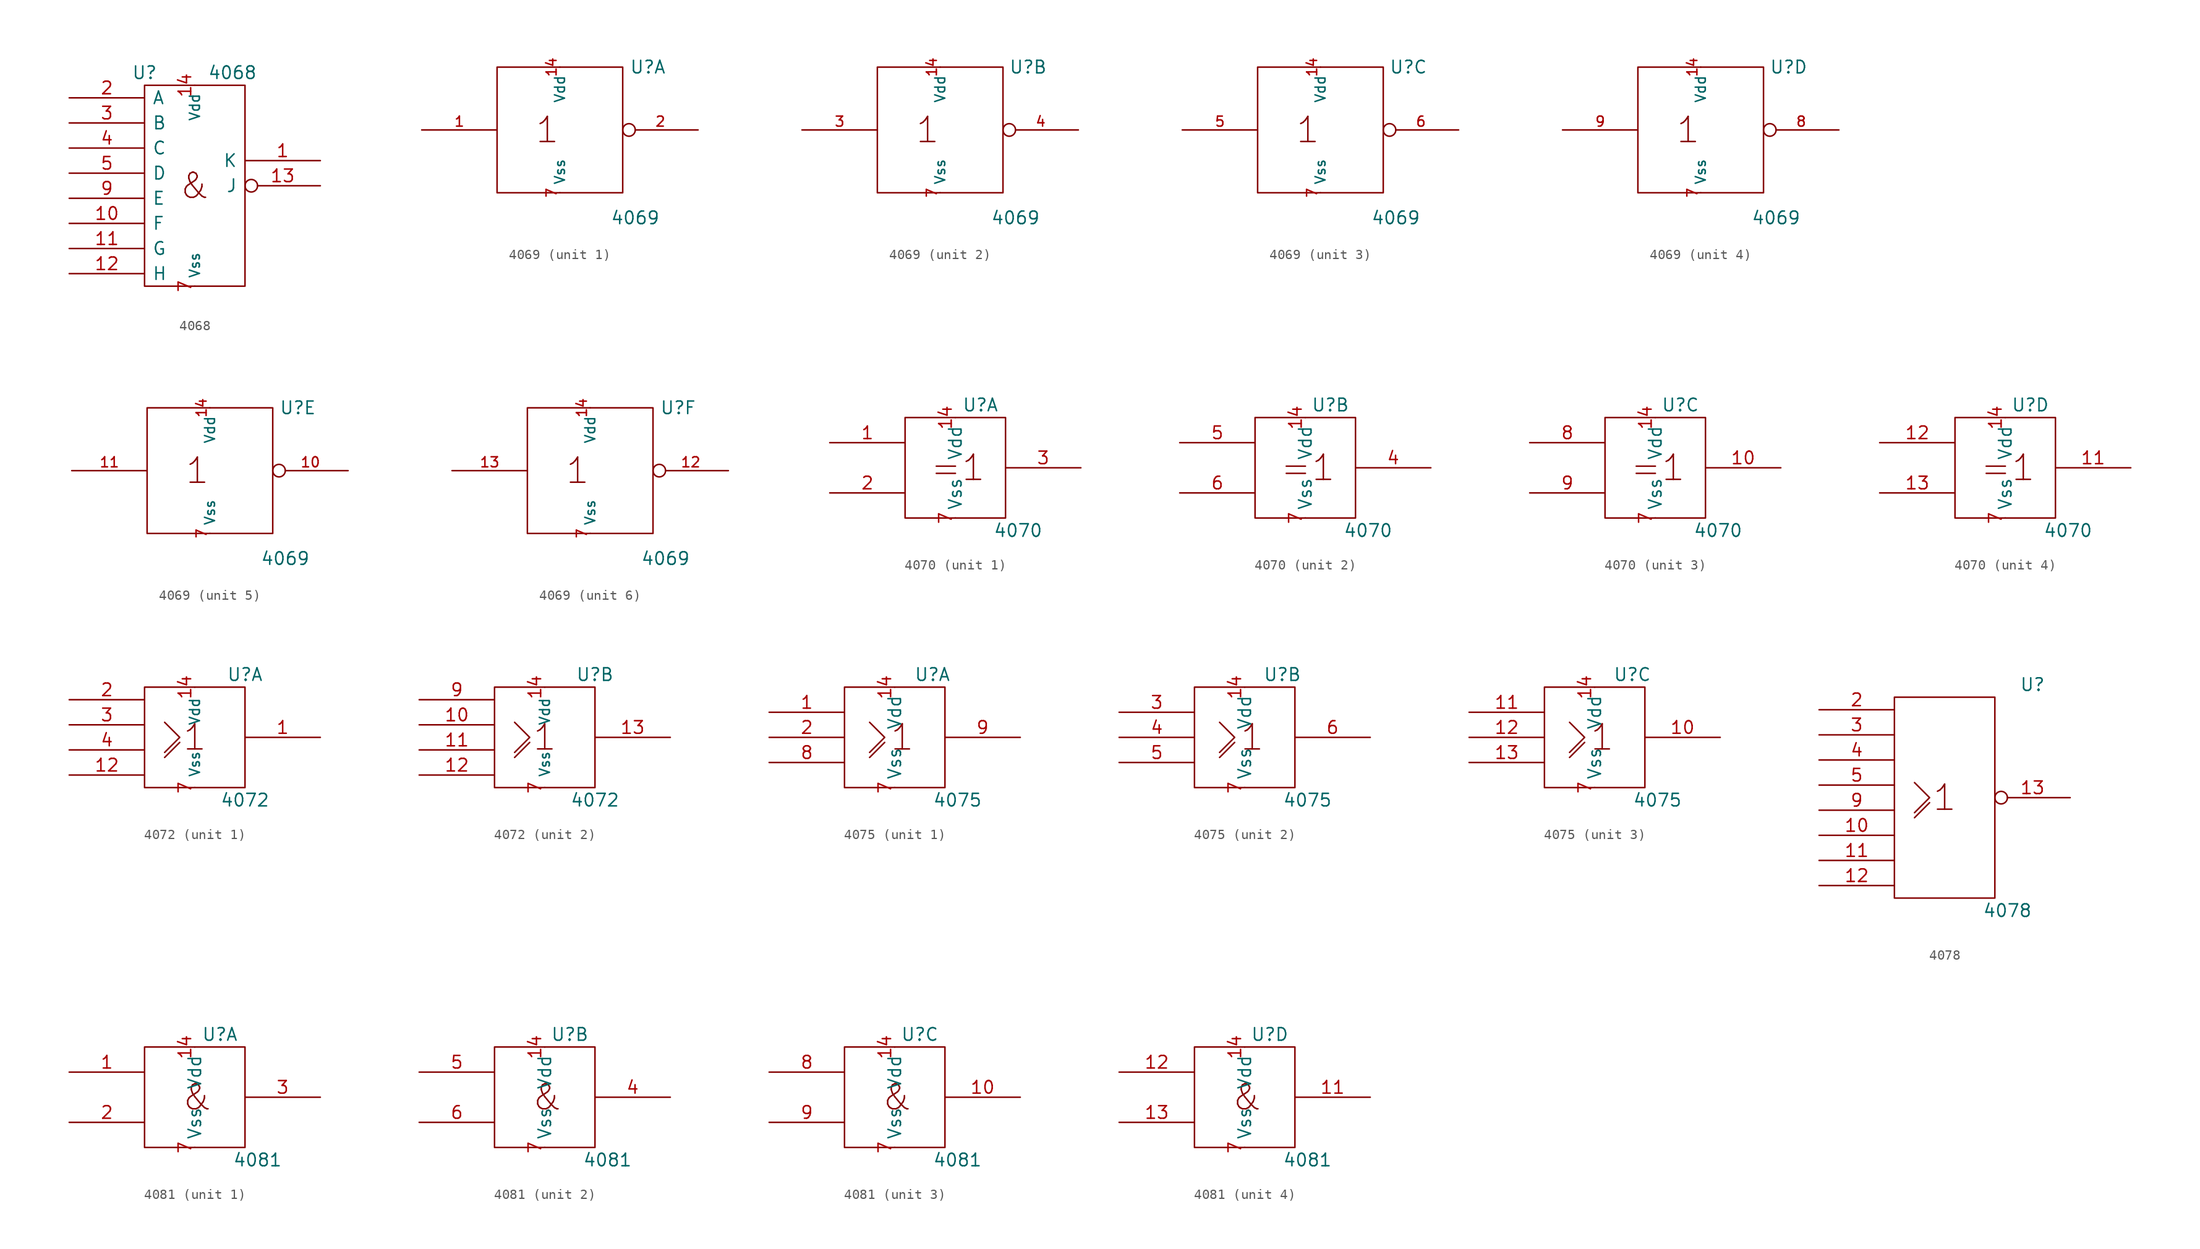
<source format=kicad_sym>
(kicad_symbol_lib
  (version 20211014)
  (generator kicad_symbol_editor)
  (symbol "4068"
    (pin_names
      (offset 0.762))
    (property "Reference" "U"
      (at -5.08 11.43 0)
      (effects (font (size 1.27 1.27))))
    (property "Value" "4068"
      (at 3.81 11.43 0)
      (effects (font (size 1.27 1.27))))
    (symbol "4068_0_0"
      (rectangle (start -5.08 10.16) (end 5.08 -10.16) (stroke (width 0) (type default) (color 0 0 0 0)) (fill (type none)))
      (text "&" (at 0 0 0) (effects (font (size 2.54 2.54)))))
    (symbol "4068_0_1"
      (pin power_in line (at 0 10.16 270) (length 0) (name "Vdd" (effects (font (size 1.016 1.016)))) (number "14" (effects (font (size 1.27 1.27)))))
      (pin power_in line (at 0 -10.16 90) (length 0) (name "Vss" (effects (font (size 1.016 1.016)))) (number "7" (effects (font (size 1.27 1.27))))))
    (symbol "4068_1_1"
      (pin output line (at 12.7 2.54 180) (length 7.62) (name "K" (effects (font (size 1.27 1.27)))) (number "1" (effects (font (size 1.27 1.27)))))
      (pin input line (at -12.7 -3.81 0) (length 7.62) (name "F" (effects (font (size 1.27 1.27)))) (number "10" (effects (font (size 1.27 1.27)))))
      (pin input line (at -12.7 -6.35 0) (length 7.62) (name "G" (effects (font (size 1.27 1.27)))) (number "11" (effects (font (size 1.27 1.27)))))
      (pin input line (at -12.7 -8.89 0) (length 7.62) (name "H" (effects (font (size 1.27 1.27)))) (number "12" (effects (font (size 1.27 1.27)))))
      (pin output inverted (at 12.7 0 180) (length 7.62) (name "J" (effects (font (size 1.27 1.27)))) (number "13" (effects (font (size 1.27 1.27)))))
      (pin input line (at -12.7 8.89 0) (length 7.62) (name "A" (effects (font (size 1.27 1.27)))) (number "2" (effects (font (size 1.27 1.27)))))
      (pin input line (at -12.7 6.35 0) (length 7.62) (name "B" (effects (font (size 1.27 1.27)))) (number "3" (effects (font (size 1.27 1.27)))))
      (pin input line (at -12.7 3.81 0) (length 7.62) (name "C" (effects (font (size 1.27 1.27)))) (number "4" (effects (font (size 1.27 1.27)))))
      (pin input line (at -12.7 1.27 0) (length 7.62) (name "D" (effects (font (size 1.27 1.27)))) (number "5" (effects (font (size 1.27 1.27)))))
      (pin input line (at -12.7 -1.27 0) (length 7.62) (name "E" (effects (font (size 1.27 1.27)))) (number "9" (effects (font (size 1.27 1.27)))))))
  (symbol "4069"
    (pin_names
      (offset 0.762))
    (property "Reference" "U"
      (at 8.89 6.35 0)
      (effects (font (size 1.27 1.27))))
    (property "Value" "4069"
      (at 7.62 -8.89 0)
      (effects (font (size 1.27 1.27))))
    (symbol "4069_0_0"
      (text "1" (at -1.27 0 0) (effects (font (size 2.54 2.54))))
      (pin power_in line (at 0 6.35 270) (length 0) (name "Vdd" (effects (font (size 1.016 1.016)))) (number "14" (effects (font (size 1.016 1.016)))))
      (pin power_in line (at 0 -6.35 90) (length 0) (name "Vss" (effects (font (size 1.016 1.016)))) (number "7" (effects (font (size 1.016 1.016))))))
    (symbol "4069_0_1"
      (rectangle (start -6.35 6.35) (end 6.35 -6.35) (stroke (width 0) (type default) (color 0 0 0 0)) (fill (type none))))
    (symbol "4069_1_1"
      (pin input line (at -13.97 0 0) (length 7.62) (name "~" (effects (font (size 1.016 1.016)))) (number "1" (effects (font (size 1.016 1.016)))))
      (pin output inverted (at 13.97 0 180) (length 7.62) (name "~" (effects (font (size 1.016 1.016)))) (number "2" (effects (font (size 1.016 1.016))))))
    (symbol "4069_2_1"
      (pin input line (at -13.97 0 0) (length 7.62) (name "~" (effects (font (size 1.016 1.016)))) (number "3" (effects (font (size 1.016 1.016)))))
      (pin output inverted (at 13.97 0 180) (length 7.62) (name "~" (effects (font (size 1.016 1.016)))) (number "4" (effects (font (size 1.016 1.016))))))
    (symbol "4069_3_1"
      (pin input line (at -13.97 0 0) (length 7.62) (name "~" (effects (font (size 1.016 1.016)))) (number "5" (effects (font (size 1.016 1.016)))))
      (pin output inverted (at 13.97 0 180) (length 7.62) (name "~" (effects (font (size 1.016 1.016)))) (number "6" (effects (font (size 1.016 1.016))))))
    (symbol "4069_4_1"
      (pin output inverted (at 13.97 0 180) (length 7.62) (name "~" (effects (font (size 1.016 1.016)))) (number "8" (effects (font (size 1.016 1.016)))))
      (pin input line (at -13.97 0 0) (length 7.62) (name "~" (effects (font (size 1.016 1.016)))) (number "9" (effects (font (size 1.016 1.016))))))
    (symbol "4069_5_1"
      (pin output inverted (at 13.97 0 180) (length 7.62) (name "~" (effects (font (size 1.016 1.016)))) (number "10" (effects (font (size 1.016 1.016)))))
      (pin input line (at -13.97 0 0) (length 7.62) (name "~" (effects (font (size 1.016 1.016)))) (number "11" (effects (font (size 1.016 1.016))))))
    (symbol "4069_6_1"
      (pin output inverted (at 13.97 0 180) (length 7.62) (name "~" (effects (font (size 1.016 1.016)))) (number "12" (effects (font (size 1.016 1.016)))))
      (pin input line (at -13.97 0 0) (length 7.62) (name "~" (effects (font (size 1.016 1.016)))) (number "13" (effects (font (size 1.016 1.016)))))))
  (symbol "4070"
    (pin_names
      (offset 0.762))
    (property "Reference" "U"
      (at 2.54 6.35 0)
      (effects (font (size 1.27 1.27))))
    (property "Value" "4070"
      (at 6.35 -6.35 0)
      (effects (font (size 1.27 1.27))))
    (symbol "4070_0_0"
      (rectangle (start -5.08 5.08) (end 5.08 -5.08) (stroke (width 0) (type default) (color 0 0 0 0)) (fill (type none)))
      (text "=1" (at 0.254 0 0) (effects (font (size 2.54 2.54))))
      (pin power_in line (at 0 5.08 270) (length 0) (name "Vdd" (effects (font (size 1.27 1.27)))) (number "14" (effects (font (size 1.27 1.27)))))
      (pin power_in line (at 0 -5.08 90) (length 0) (name "Vss" (effects (font (size 1.27 1.27)))) (number "7" (effects (font (size 1.27 1.27))))))
    (symbol "4070_1_1"
      (pin input line (at -12.7 2.54 0) (length 7.62) (name "~" (effects (font (size 1.27 1.27)))) (number "1" (effects (font (size 1.27 1.27)))))
      (pin input line (at -12.7 -2.54 0) (length 7.62) (name "~" (effects (font (size 1.27 1.27)))) (number "2" (effects (font (size 1.27 1.27)))))
      (pin output line (at 12.7 0 180) (length 7.62) (name "~" (effects (font (size 1.27 1.27)))) (number "3" (effects (font (size 1.27 1.27))))))
    (symbol "4070_2_1"
      (pin output line (at 12.7 0 180) (length 7.62) (name "~" (effects (font (size 1.27 1.27)))) (number "4" (effects (font (size 1.27 1.27)))))
      (pin input line (at -12.7 2.54 0) (length 7.62) (name "~" (effects (font (size 1.27 1.27)))) (number "5" (effects (font (size 1.27 1.27)))))
      (pin input line (at -12.7 -2.54 0) (length 7.62) (name "~" (effects (font (size 1.27 1.27)))) (number "6" (effects (font (size 1.27 1.27))))))
    (symbol "4070_3_1"
      (pin output line (at 12.7 0 180) (length 7.62) (name "~" (effects (font (size 1.27 1.27)))) (number "10" (effects (font (size 1.27 1.27)))))
      (pin input line (at -12.7 2.54 0) (length 7.62) (name "~" (effects (font (size 1.27 1.27)))) (number "8" (effects (font (size 1.27 1.27)))))
      (pin input line (at -12.7 -2.54 0) (length 7.62) (name "~" (effects (font (size 1.27 1.27)))) (number "9" (effects (font (size 1.27 1.27))))))
    (symbol "4070_4_1"
      (pin output line (at 12.7 0 180) (length 7.62) (name "~" (effects (font (size 1.27 1.27)))) (number "11" (effects (font (size 1.27 1.27)))))
      (pin input line (at -12.7 2.54 0) (length 7.62) (name "~" (effects (font (size 1.27 1.27)))) (number "12" (effects (font (size 1.27 1.27)))))
      (pin input line (at -12.7 -2.54 0) (length 7.62) (name "~" (effects (font (size 1.27 1.27)))) (number "13" (effects (font (size 1.27 1.27)))))))
  (symbol "4072"
    (pin_names
      (offset 1.016))
    (property "Reference" "U"
      (at 5.08 6.35 0)
      (effects (font (size 1.27 1.27))))
    (property "Value" "4072"
      (at 5.08 -6.35 0)
      (effects (font (size 1.27 1.27))))
    (symbol "4072_0_0"
      (polyline (pts (xy -3.048 -2.032) (xy -1.524 -0.508) (xy -1.524 -0.508)) (stroke (width 0) (type default) (color 0 0 0 0)) (fill (type none)))
      (polyline (pts (xy -3.048 1.524) (xy -1.524 0) (xy -3.048 -1.524) (xy -3.048 -1.524)) (stroke (width 0) (type default) (color 0 0 0 0)) (fill (type none)))
      (text "1" (at 0 0 0) (effects (font (size 2.54 2.54)))))
    (symbol "4072_0_1"
      (rectangle (start -5.08 5.08) (end 5.08 -5.08) (stroke (width 0) (type default) (color 0 0 0 0)) (fill (type none)))
      (pin power_in line (at 0 5.08 270) (length 0) (name "Vdd" (effects (font (size 1.016 1.016)))) (number "14" (effects (font (size 1.27 1.27)))))
      (pin power_in line (at 0 -5.08 90) (length 0) (name "Vss" (effects (font (size 1.016 1.016)))) (number "7" (effects (font (size 1.27 1.27))))))
    (symbol "4072_1_1"
      (pin output line (at 12.7 0 180) (length 7.62) (name "~" (effects (font (size 1.27 1.27)))) (number "1" (effects (font (size 1.27 1.27)))))
      (pin power_in line (at -12.7 -3.81 0) (length 7.62) (name "~" (effects (font (size 1.016 1.016)))) (number "12" (effects (font (size 1.27 1.27)))))
      (pin input line (at -12.7 3.81 0) (length 7.62) (name "~" (effects (font (size 1.27 1.27)))) (number "2" (effects (font (size 1.27 1.27)))))
      (pin input line (at -12.7 1.27 0) (length 7.62) (name "~" (effects (font (size 1.27 1.27)))) (number "3" (effects (font (size 1.27 1.27)))))
      (pin input line (at -12.7 -1.27 0) (length 7.62) (name "~" (effects (font (size 1.27 1.27)))) (number "4" (effects (font (size 1.27 1.27))))))
    (symbol "4072_2_1"
      (pin input line (at -12.7 1.27 0) (length 7.62) (name "~" (effects (font (size 1.27 1.27)))) (number "10" (effects (font (size 1.27 1.27)))))
      (pin input line (at -12.7 -1.27 0) (length 7.62) (name "~" (effects (font (size 1.27 1.27)))) (number "11" (effects (font (size 1.27 1.27)))))
      (pin power_in line (at -12.7 -3.81 0) (length 7.62) (name "~" (effects (font (size 1.016 1.016)))) (number "12" (effects (font (size 1.27 1.27)))))
      (pin output line (at 12.7 0 180) (length 7.62) (name "~" (effects (font (size 1.27 1.27)))) (number "13" (effects (font (size 1.27 1.27)))))
      (pin input line (at -12.7 3.81 0) (length 7.62) (name "~" (effects (font (size 1.27 1.27)))) (number "9" (effects (font (size 1.27 1.27)))))))
  (symbol "4075"
    (pin_names
      (offset 0.762))
    (property "Reference" "U"
      (at 3.81 6.35 0)
      (effects (font (size 1.27 1.27))))
    (property "Value" "4075"
      (at 6.35 -6.35 0)
      (effects (font (size 1.27 1.27))))
    (symbol "4075_0_0"
      (rectangle (start -5.08 5.08) (end 5.08 -5.08) (stroke (width 0) (type default) (color 0 0 0 0)) (fill (type none)))
      (polyline (pts (xy -2.54 -2.032) (xy -1.016 -0.508) (xy -1.016 -0.508)) (stroke (width 0) (type default) (color 0 0 0 0)) (fill (type none)))
      (polyline (pts (xy -2.54 1.524) (xy -1.016 0) (xy -2.54 -1.524) (xy -2.54 -1.524)) (stroke (width 0) (type default) (color 0 0 0 0)) (fill (type none)))
      (text "1" (at 0.762 0 0) (effects (font (size 2.54 2.54))))
      (pin power_in line (at 0 5.08 270) (length 0) (name "Vdd" (effects (font (size 1.27 1.27)))) (number "14" (effects (font (size 1.27 1.27)))))
      (pin power_in line (at 0 -5.08 90) (length 0) (name "Vss" (effects (font (size 1.27 1.27)))) (number "7" (effects (font (size 1.27 1.27))))))
    (symbol "4075_1_1"
      (pin input line (at -12.7 2.54 0) (length 7.62) (name "~" (effects (font (size 1.27 1.27)))) (number "1" (effects (font (size 1.27 1.27)))))
      (pin input line (at -12.7 0 0) (length 7.62) (name "~" (effects (font (size 1.27 1.27)))) (number "2" (effects (font (size 1.27 1.27)))))
      (pin input line (at -12.7 -2.54 0) (length 7.62) (name "~" (effects (font (size 1.27 1.27)))) (number "8" (effects (font (size 1.27 1.27)))))
      (pin output line (at 12.7 0 180) (length 7.62) (name "~" (effects (font (size 1.27 1.27)))) (number "9" (effects (font (size 1.27 1.27))))))
    (symbol "4075_2_1"
      (pin input line (at -12.7 2.54 0) (length 7.62) (name "~" (effects (font (size 1.27 1.27)))) (number "3" (effects (font (size 1.27 1.27)))))
      (pin input line (at -12.7 0 0) (length 7.62) (name "~" (effects (font (size 1.27 1.27)))) (number "4" (effects (font (size 1.27 1.27)))))
      (pin input line (at -12.7 -2.54 0) (length 7.62) (name "~" (effects (font (size 1.27 1.27)))) (number "5" (effects (font (size 1.27 1.27)))))
      (pin output line (at 12.7 0 180) (length 7.62) (name "~" (effects (font (size 1.27 1.27)))) (number "6" (effects (font (size 1.27 1.27))))))
    (symbol "4075_3_1"
      (pin output line (at 12.7 0 180) (length 7.62) (name "~" (effects (font (size 1.27 1.27)))) (number "10" (effects (font (size 1.27 1.27)))))
      (pin input line (at -12.7 2.54 0) (length 7.62) (name "~" (effects (font (size 1.27 1.27)))) (number "11" (effects (font (size 1.27 1.27)))))
      (pin input line (at -12.7 0 0) (length 7.62) (name "~" (effects (font (size 1.27 1.27)))) (number "12" (effects (font (size 1.27 1.27)))))
      (pin input line (at -12.7 -2.54 0) (length 7.62) (name "~" (effects (font (size 1.27 1.27)))) (number "13" (effects (font (size 1.27 1.27)))))))
  (symbol "4078"
    (pin_names
      (offset 0.762))
    (property "Reference" "U"
      (at 8.89 11.43 0)
      (effects (font (size 1.27 1.27))))
    (property "Value" "4078"
      (at 6.35 -11.43 0)
      (effects (font (size 1.27 1.27))))
    (symbol "4078_0_0"
      (rectangle (start -5.08 10.16) (end 5.08 -10.16) (stroke (width 0) (type default) (color 0 0 0 0)) (fill (type none)))
      (polyline (pts (xy -3.048 -2.032) (xy -1.524 -0.508) (xy -1.524 -0.508)) (stroke (width 0) (type default) (color 0 0 0 0)) (fill (type none)))
      (polyline (pts (xy -3.048 1.524) (xy -1.524 0) (xy -3.048 -1.524) (xy -3.048 -1.524)) (stroke (width 0) (type default) (color 0 0 0 0)) (fill (type none)))
      (text "1" (at 0 0 0) (effects (font (size 2.54 2.54))))
      (pin power_in line (at 0 10.16 270) (length 0) hide (name "Vdd" (effects (font (size 1.016 1.016)))) (number "14" (effects (font (size 1.27 1.27)))))
      (pin power_in line (at 0 -10.16 90) (length 0) hide (name "Vss" (effects (font (size 1.016 1.016)))) (number "7" (effects (font (size 1.27 1.27))))))
    (symbol "4078_1_1"
      (pin output line (at -12.7 -3.81 0) (length 7.62) (name "~" (effects (font (size 1.27 1.27)))) (number "10" (effects (font (size 1.27 1.27)))))
      (pin output line (at -12.7 -6.35 0) (length 7.62) (name "~" (effects (font (size 1.27 1.27)))) (number "11" (effects (font (size 1.27 1.27)))))
      (pin power_in line (at -12.7 -8.89 0) (length 7.62) (name "~" (effects (font (size 1.016 1.016)))) (number "12" (effects (font (size 1.27 1.27)))))
      (pin output inverted (at 12.7 0 180) (length 7.62) (name "~" (effects (font (size 1.27 1.27)))) (number "13" (effects (font (size 1.27 1.27)))))
      (pin input line (at -12.7 8.89 0) (length 7.62) (name "~" (effects (font (size 1.27 1.27)))) (number "2" (effects (font (size 1.27 1.27)))))
      (pin input line (at -12.7 6.35 0) (length 7.62) (name "~" (effects (font (size 1.27 1.27)))) (number "3" (effects (font (size 1.27 1.27)))))
      (pin input line (at -12.7 3.81 0) (length 7.62) (name "~" (effects (font (size 1.27 1.27)))) (number "4" (effects (font (size 1.27 1.27)))))
      (pin output line (at -12.7 1.27 0) (length 7.62) (name "~" (effects (font (size 1.27 1.27)))) (number "5" (effects (font (size 1.27 1.27)))))
      (pin output line (at -12.7 -1.27 0) (length 7.62) (name "~" (effects (font (size 1.27 1.27)))) (number "9" (effects (font (size 1.27 1.27)))))))
  (symbol "4081"
    (pin_names
      (offset 0.762))
    (property "Reference" "U"
      (at 2.54 6.35 0)
      (effects (font (size 1.27 1.27))))
    (property "Value" "4081"
      (at 6.35 -6.35 0)
      (effects (font (size 1.27 1.27))))
    (symbol "4081_0_0"
      (rectangle (start -5.08 5.08) (end 5.08 -5.08) (stroke (width 0) (type default) (color 0 0 0 0)) (fill (type none)))
      (text "&" (at 0.254 0 0) (effects (font (size 2.54 2.54))))
      (pin power_in line (at 0 5.08 270) (length 0) (name "Vdd" (effects (font (size 1.27 1.27)))) (number "14" (effects (font (size 1.27 1.27)))))
      (pin power_in line (at 0 -5.08 90) (length 0) (name "Vss" (effects (font (size 1.27 1.27)))) (number "7" (effects (font (size 1.27 1.27))))))
    (symbol "4081_1_1"
      (pin input line (at -12.7 2.54 0) (length 7.62) (name "~" (effects (font (size 1.27 1.27)))) (number "1" (effects (font (size 1.27 1.27)))))
      (pin input line (at -12.7 -2.54 0) (length 7.62) (name "~" (effects (font (size 1.27 1.27)))) (number "2" (effects (font (size 1.27 1.27)))))
      (pin output line (at 12.7 0 180) (length 7.62) (name "~" (effects (font (size 1.27 1.27)))) (number "3" (effects (font (size 1.27 1.27))))))
    (symbol "4081_2_1"
      (pin output line (at 12.7 0 180) (length 7.62) (name "~" (effects (font (size 1.27 1.27)))) (number "4" (effects (font (size 1.27 1.27)))))
      (pin input line (at -12.7 2.54 0) (length 7.62) (name "~" (effects (font (size 1.27 1.27)))) (number "5" (effects (font (size 1.27 1.27)))))
      (pin input line (at -12.7 -2.54 0) (length 7.62) (name "~" (effects (font (size 1.27 1.27)))) (number "6" (effects (font (size 1.27 1.27))))))
    (symbol "4081_3_1"
      (pin output line (at 12.7 0 180) (length 7.62) (name "~" (effects (font (size 1.27 1.27)))) (number "10" (effects (font (size 1.27 1.27)))))
      (pin input line (at -12.7 2.54 0) (length 7.62) (name "~" (effects (font (size 1.27 1.27)))) (number "8" (effects (font (size 1.27 1.27)))))
      (pin input line (at -12.7 -2.54 0) (length 7.62) (name "~" (effects (font (size 1.27 1.27)))) (number "9" (effects (font (size 1.27 1.27))))))
    (symbol "4081_4_1"
      (pin output line (at 12.7 0 180) (length 7.62) (name "~" (effects (font (size 1.27 1.27)))) (number "11" (effects (font (size 1.27 1.27)))))
      (pin input line (at -12.7 2.54 0) (length 7.62) (name "~" (effects (font (size 1.27 1.27)))) (number "12" (effects (font (size 1.27 1.27)))))
      (pin input line (at -12.7 -2.54 0) (length 7.62) (name "~" (effects (font (size 1.27 1.27)))) (number "13" (effects (font (size 1.27 1.27))))))))
</source>
